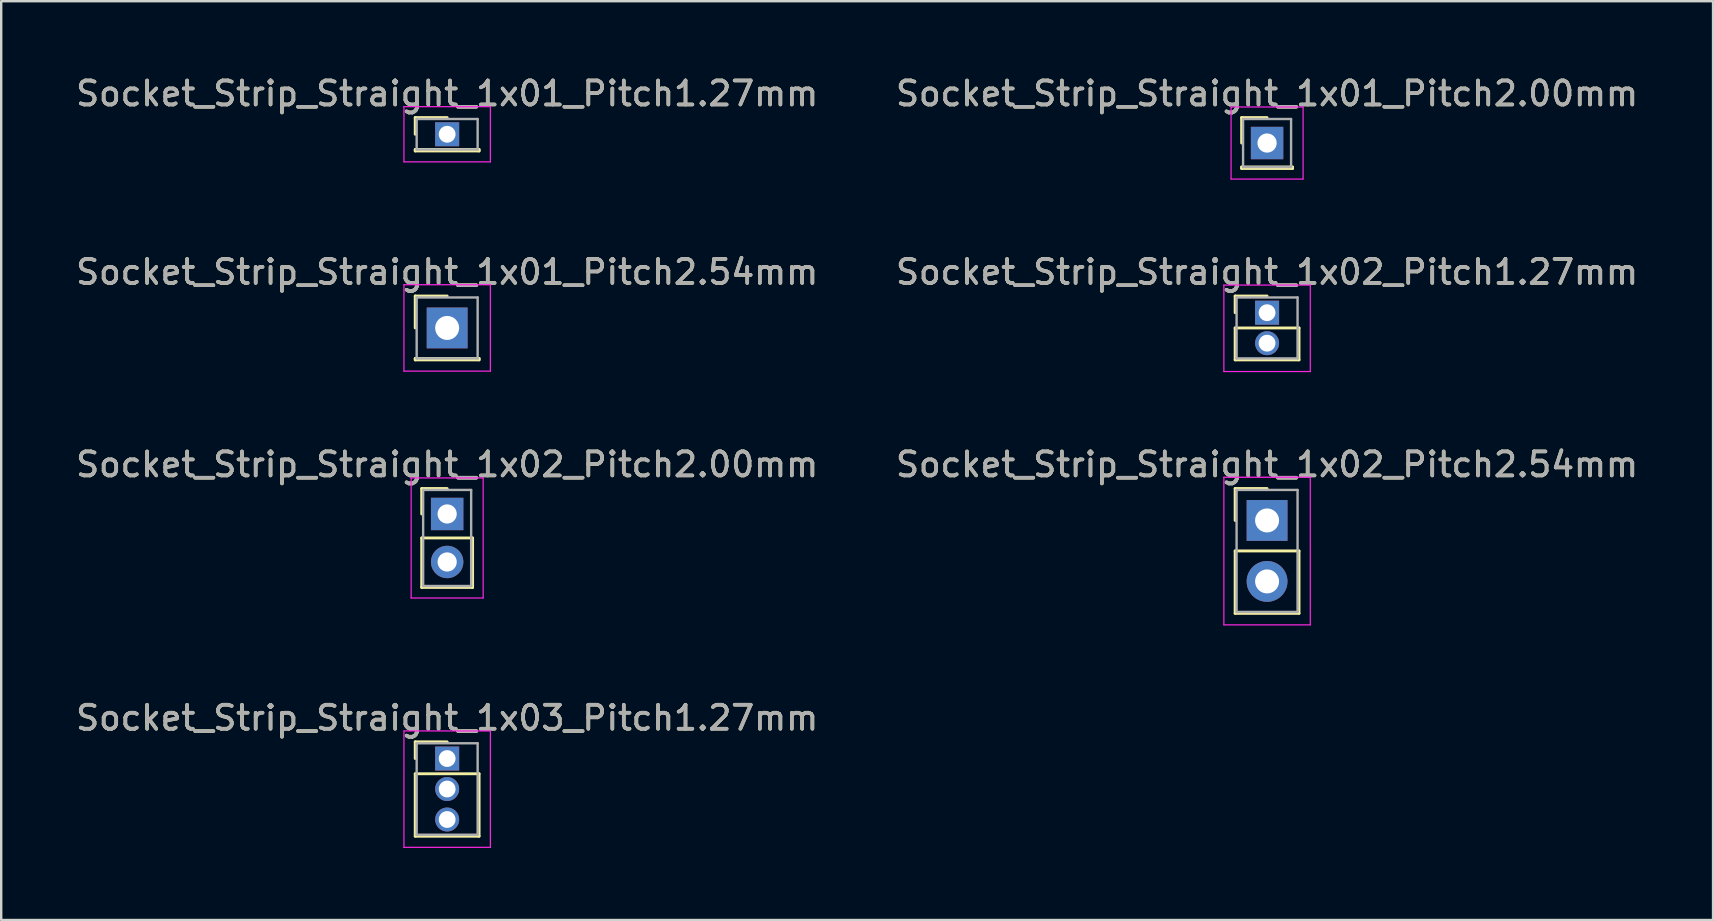
<source format=kicad_pcb>
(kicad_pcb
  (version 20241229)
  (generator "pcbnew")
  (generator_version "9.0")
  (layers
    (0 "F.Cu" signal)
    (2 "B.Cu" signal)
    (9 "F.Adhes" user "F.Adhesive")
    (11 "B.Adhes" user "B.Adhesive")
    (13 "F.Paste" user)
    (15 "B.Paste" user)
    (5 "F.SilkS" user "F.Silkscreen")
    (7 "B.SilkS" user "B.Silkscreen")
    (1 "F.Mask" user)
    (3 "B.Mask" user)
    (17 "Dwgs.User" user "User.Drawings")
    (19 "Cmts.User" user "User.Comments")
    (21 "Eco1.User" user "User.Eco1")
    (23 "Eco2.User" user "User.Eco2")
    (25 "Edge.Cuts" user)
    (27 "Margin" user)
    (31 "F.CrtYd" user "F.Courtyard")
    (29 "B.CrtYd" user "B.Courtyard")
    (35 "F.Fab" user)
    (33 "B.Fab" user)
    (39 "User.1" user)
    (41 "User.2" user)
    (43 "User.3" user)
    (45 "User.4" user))
  (footprint "Socket_Strip_Straight_1x01_Pitch2.54mm"
    (layer "F.Cu")
    (at 15.577 10.611)
    (property "Reference" "Socket_Strip_Straight_1x01_Pitch2.54mm" (at 0 -2.33 0) (layer "F.SilkS") (effects (font (size 1 1) (thickness 0.15))))
    (attr through_hole)
    (fp_line (start -1.33 -1.33) (end 0 -1.33) (stroke (width 0.12) (type solid)) (layer "F.SilkS"))
    (fp_line (start -1.33 0) (end -1.33 -1.33) (stroke (width 0.12) (type solid)) (layer "F.SilkS"))
    (fp_line (start -1.33 1.27) (end -1.33 1.33) (stroke (width 0.12) (type solid)) (layer "F.SilkS"))
    (fp_line (start -1.33 1.33) (end 1.33 1.33) (stroke (width 0.12) (type solid)) (layer "F.SilkS"))
    (fp_line (start 1.33 1.27) (end -1.33 1.27) (stroke (width 0.12) (type solid)) (layer "F.SilkS"))
    (fp_line (start 1.33 1.33) (end 1.33 1.27) (stroke (width 0.12) (type solid)) (layer "F.SilkS"))
    (fp_line (start -1.8 -1.8) (end -1.8 1.8) (stroke (width 0.05) (type solid)) (layer "F.CrtYd"))
    (fp_line (start -1.8 1.8) (end 1.8 1.8) (stroke (width 0.05) (type solid)) (layer "F.CrtYd"))
    (fp_line (start 1.8 -1.8) (end -1.8 -1.8) (stroke (width 0.05) (type solid)) (layer "F.CrtYd"))
    (fp_line (start 1.8 1.8) (end 1.8 -1.8) (stroke (width 0.05) (type solid)) (layer "F.CrtYd"))
    (fp_line (start -1.27 -1.27) (end -1.27 1.27) (stroke (width 0.1) (type solid)) (layer "F.Fab"))
    (fp_line (start -1.27 1.27) (end 1.27 1.27) (stroke (width 0.1) (type solid)) (layer "F.Fab"))
    (fp_line (start 1.27 -1.27) (end -1.27 -1.27) (stroke (width 0.1) (type solid)) (layer "F.Fab"))
    (fp_line (start 1.27 1.27) (end 1.27 -1.27) (stroke (width 0.1) (type solid)) (layer "F.Fab"))
    (fp_text user "${REFERENCE}" (at 0 -2.33 0) (layer "F.Fab") (effects (font (size 1 1) (thickness 0.15))))
    (pad "1" thru_hole rect (at 0 0) (size 1.7 1.7) (drill 1) (layers "*.Cu" "*.Mask")))
  (footprint "Socket_Strip_Straight_1x02_Pitch1.27mm"
    (layer "F.Cu")
    (at 49.732 9.976)
    (property "Reference" "Socket_Strip_Straight_1x02_Pitch1.27mm" (at 0 -1.695 0) (layer "F.SilkS") (effects (font (size 1 1) (thickness 0.15))))
    (attr through_hole)
    (fp_line (start -1.33 -0.695) (end 0 -0.695) (stroke (width 0.12) (type solid)) (layer "F.SilkS"))
    (fp_line (start -1.33 0) (end -1.33 -0.695) (stroke (width 0.12) (type solid)) (layer "F.SilkS"))
    (fp_line (start -1.33 0.635) (end -1.33 1.965) (stroke (width 0.12) (type solid)) (layer "F.SilkS"))
    (fp_line (start -1.33 1.965) (end 1.33 1.965) (stroke (width 0.12) (type solid)) (layer "F.SilkS"))
    (fp_line (start 1.33 0.635) (end -1.33 0.635) (stroke (width 0.12) (type solid)) (layer "F.SilkS"))
    (fp_line (start 1.33 1.965) (end 1.33 0.635) (stroke (width 0.12) (type solid)) (layer "F.SilkS"))
    (fp_line (start -1.8 -1.15) (end -1.8 2.45) (stroke (width 0.05) (type solid)) (layer "F.CrtYd"))
    (fp_line (start -1.8 2.45) (end 1.8 2.45) (stroke (width 0.05) (type solid)) (layer "F.CrtYd"))
    (fp_line (start 1.8 -1.15) (end -1.8 -1.15) (stroke (width 0.05) (type solid)) (layer "F.CrtYd"))
    (fp_line (start 1.8 2.45) (end 1.8 -1.15) (stroke (width 0.05) (type solid)) (layer "F.CrtYd"))
    (fp_line (start -1.27 -0.635) (end -1.27 1.905) (stroke (width 0.1) (type solid)) (layer "F.Fab"))
    (fp_line (start -1.27 1.905) (end 1.27 1.905) (stroke (width 0.1) (type solid)) (layer "F.Fab"))
    (fp_line (start 1.27 -0.635) (end -1.27 -0.635) (stroke (width 0.1) (type solid)) (layer "F.Fab"))
    (fp_line (start 1.27 1.905) (end 1.27 -0.635) (stroke (width 0.1) (type solid)) (layer "F.Fab"))
    (fp_text user "${REFERENCE}" (at 0 -1.695 0) (layer "F.Fab") (effects (font (size 1 1) (thickness 0.15))))
    (pad "1" thru_hole rect (at 0 0) (size 1 1) (drill 0.7) (layers "*.Cu" "*.Mask"))
    (pad "2" thru_hole oval (at 0 1.27) (size 1 1) (drill 0.7) (layers "*.Cu" "*.Mask")))
  (footprint "Socket_Strip_Straight_1x03_Pitch1.27mm"
    (layer "F.Cu")
    (at 15.577 28.548)
    (property "Reference" "Socket_Strip_Straight_1x03_Pitch1.27mm" (at 0 -1.695 0) (layer "F.SilkS") (effects (font (size 1 1) (thickness 0.15))))
    (attr through_hole)
    (fp_line (start -1.33 -0.695) (end 0 -0.695) (stroke (width 0.12) (type solid)) (layer "F.SilkS"))
    (fp_line (start -1.33 0) (end -1.33 -0.695) (stroke (width 0.12) (type solid)) (layer "F.SilkS"))
    (fp_line (start -1.33 0.635) (end -1.33 3.235) (stroke (width 0.12) (type solid)) (layer "F.SilkS"))
    (fp_line (start -1.33 3.235) (end 1.33 3.235) (stroke (width 0.12) (type solid)) (layer "F.SilkS"))
    (fp_line (start 1.33 0.635) (end -1.33 0.635) (stroke (width 0.12) (type solid)) (layer "F.SilkS"))
    (fp_line (start 1.33 3.235) (end 1.33 0.635) (stroke (width 0.12) (type solid)) (layer "F.SilkS"))
    (fp_line (start -1.8 -1.15) (end -1.8 3.7) (stroke (width 0.05) (type solid)) (layer "F.CrtYd"))
    (fp_line (start -1.8 3.7) (end 1.8 3.7) (stroke (width 0.05) (type solid)) (layer "F.CrtYd"))
    (fp_line (start 1.8 -1.15) (end -1.8 -1.15) (stroke (width 0.05) (type solid)) (layer "F.CrtYd"))
    (fp_line (start 1.8 3.7) (end 1.8 -1.15) (stroke (width 0.05) (type solid)) (layer "F.CrtYd"))
    (fp_line (start -1.27 -0.635) (end -1.27 3.175) (stroke (width 0.1) (type solid)) (layer "F.Fab"))
    (fp_line (start -1.27 3.175) (end 1.27 3.175) (stroke (width 0.1) (type solid)) (layer "F.Fab"))
    (fp_line (start 1.27 -0.635) (end -1.27 -0.635) (stroke (width 0.1) (type solid)) (layer "F.Fab"))
    (fp_line (start 1.27 3.175) (end 1.27 -0.635) (stroke (width 0.1) (type solid)) (layer "F.Fab"))
    (fp_text user "${REFERENCE}" (at 0 -1.695 0) (layer "F.Fab") (effects (font (size 1 1) (thickness 0.15))))
    (pad "1" thru_hole rect (at 0 0) (size 1 1) (drill 0.7) (layers "*.Cu" "*.Mask"))
    (pad "2" thru_hole oval (at 0 1.27) (size 1 1) (drill 0.7) (layers "*.Cu" "*.Mask"))
    (pad "3" thru_hole oval (at 0 2.54) (size 1 1) (drill 0.7) (layers "*.Cu" "*.Mask")))
  (footprint "Socket_Strip_Straight_1x01_Pitch2.00mm"
    (layer "F.Cu")
    (at 49.732 2.908)
    (property "Reference" "Socket_Strip_Straight_1x01_Pitch2.00mm" (at 0 -2.06 0) (layer "F.SilkS") (effects (font (size 1 1) (thickness 0.15))))
    (attr through_hole)
    (fp_line (start -1.06 -1.06) (end 0 -1.06) (stroke (width 0.12) (type solid)) (layer "F.SilkS"))
    (fp_line (start -1.06 0) (end -1.06 -1.06) (stroke (width 0.12) (type solid)) (layer "F.SilkS"))
    (fp_line (start -1.06 1) (end -1.06 1.06) (stroke (width 0.12) (type solid)) (layer "F.SilkS"))
    (fp_line (start -1.06 1.06) (end 1.06 1.06) (stroke (width 0.12) (type solid)) (layer "F.SilkS"))
    (fp_line (start 1.06 1) (end -1.06 1) (stroke (width 0.12) (type solid)) (layer "F.SilkS"))
    (fp_line (start 1.06 1.06) (end 1.06 1) (stroke (width 0.12) (type solid)) (layer "F.SilkS"))
    (fp_line (start -1.5 -1.5) (end -1.5 1.5) (stroke (width 0.05) (type solid)) (layer "F.CrtYd"))
    (fp_line (start -1.5 1.5) (end 1.5 1.5) (stroke (width 0.05) (type solid)) (layer "F.CrtYd"))
    (fp_line (start 1.5 -1.5) (end -1.5 -1.5) (stroke (width 0.05) (type solid)) (layer "F.CrtYd"))
    (fp_line (start 1.5 1.5) (end 1.5 -1.5) (stroke (width 0.05) (type solid)) (layer "F.CrtYd"))
    (fp_line (start -1 -1) (end -1 1) (stroke (width 0.1) (type solid)) (layer "F.Fab"))
    (fp_line (start -1 1) (end 1 1) (stroke (width 0.1) (type solid)) (layer "F.Fab"))
    (fp_line (start 1 -1) (end -1 -1) (stroke (width 0.1) (type solid)) (layer "F.Fab"))
    (fp_line (start 1 1) (end 1 -1) (stroke (width 0.1) (type solid)) (layer "F.Fab"))
    (fp_text user "${REFERENCE}" (at 0 -2.06 0) (layer "F.Fab") (effects (font (size 1 1) (thickness 0.15))))
    (pad "1" thru_hole rect (at 0 0) (size 1.35 1.35) (drill 0.8) (layers "*.Cu" "*.Mask")))
  (footprint "Socket_Strip_Straight_1x01_Pitch1.27mm"
    (layer "F.Cu")
    (at 15.577 2.543)
    (property "Reference" "Socket_Strip_Straight_1x01_Pitch1.27mm" (at 0 -1.695 0) (layer "F.SilkS") (effects (font (size 1 1) (thickness 0.15))))
    (attr through_hole)
    (fp_line (start -1.33 -0.695) (end 0 -0.695) (stroke (width 0.12) (type solid)) (layer "F.SilkS"))
    (fp_line (start -1.33 0) (end -1.33 -0.695) (stroke (width 0.12) (type solid)) (layer "F.SilkS"))
    (fp_line (start -1.33 0.635) (end -1.33 0.695) (stroke (width 0.12) (type solid)) (layer "F.SilkS"))
    (fp_line (start -1.33 0.695) (end 1.33 0.695) (stroke (width 0.12) (type solid)) (layer "F.SilkS"))
    (fp_line (start 1.33 0.635) (end -1.33 0.635) (stroke (width 0.12) (type solid)) (layer "F.SilkS"))
    (fp_line (start 1.33 0.695) (end 1.33 0.635) (stroke (width 0.12) (type solid)) (layer "F.SilkS"))
    (fp_line (start -1.8 -1.15) (end -1.8 1.15) (stroke (width 0.05) (type solid)) (layer "F.CrtYd"))
    (fp_line (start -1.8 1.15) (end 1.8 1.15) (stroke (width 0.05) (type solid)) (layer "F.CrtYd"))
    (fp_line (start 1.8 -1.15) (end -1.8 -1.15) (stroke (width 0.05) (type solid)) (layer "F.CrtYd"))
    (fp_line (start 1.8 1.15) (end 1.8 -1.15) (stroke (width 0.05) (type solid)) (layer "F.CrtYd"))
    (fp_line (start -1.27 -0.635) (end -1.27 0.635) (stroke (width 0.1) (type solid)) (layer "F.Fab"))
    (fp_line (start -1.27 0.635) (end 1.27 0.635) (stroke (width 0.1) (type solid)) (layer "F.Fab"))
    (fp_line (start 1.27 -0.635) (end -1.27 -0.635) (stroke (width 0.1) (type solid)) (layer "F.Fab"))
    (fp_line (start 1.27 0.635) (end 1.27 -0.635) (stroke (width 0.1) (type solid)) (layer "F.Fab"))
    (fp_text user "${REFERENCE}" (at 0 -1.695 0) (layer "F.Fab") (effects (font (size 1 1) (thickness 0.15))))
    (pad "1" thru_hole rect (at 0 0) (size 1 1) (drill 0.7) (layers "*.Cu" "*.Mask")))
  (footprint "Socket_Strip_Straight_1x02_Pitch2.54mm"
    (layer "F.Cu")
    (at 49.732 18.63)
    (property "Reference" "Socket_Strip_Straight_1x02_Pitch2.54mm" (at 0 -2.33 0) (layer "F.SilkS") (effects (font (size 1 1) (thickness 0.15))))
    (attr through_hole)
    (fp_line (start -1.33 -1.33) (end 0 -1.33) (stroke (width 0.12) (type solid)) (layer "F.SilkS"))
    (fp_line (start -1.33 0) (end -1.33 -1.33) (stroke (width 0.12) (type solid)) (layer "F.SilkS"))
    (fp_line (start -1.33 1.27) (end -1.33 3.87) (stroke (width 0.12) (type solid)) (layer "F.SilkS"))
    (fp_line (start -1.33 3.87) (end 1.33 3.87) (stroke (width 0.12) (type solid)) (layer "F.SilkS"))
    (fp_line (start 1.33 1.27) (end -1.33 1.27) (stroke (width 0.12) (type solid)) (layer "F.SilkS"))
    (fp_line (start 1.33 3.87) (end 1.33 1.27) (stroke (width 0.12) (type solid)) (layer "F.SilkS"))
    (fp_line (start -1.8 -1.8) (end -1.8 4.35) (stroke (width 0.05) (type solid)) (layer "F.CrtYd"))
    (fp_line (start -1.8 4.35) (end 1.8 4.35) (stroke (width 0.05) (type solid)) (layer "F.CrtYd"))
    (fp_line (start 1.8 -1.8) (end -1.8 -1.8) (stroke (width 0.05) (type solid)) (layer "F.CrtYd"))
    (fp_line (start 1.8 4.35) (end 1.8 -1.8) (stroke (width 0.05) (type solid)) (layer "F.CrtYd"))
    (fp_line (start -1.27 -1.27) (end -1.27 3.81) (stroke (width 0.1) (type solid)) (layer "F.Fab"))
    (fp_line (start -1.27 3.81) (end 1.27 3.81) (stroke (width 0.1) (type solid)) (layer "F.Fab"))
    (fp_line (start 1.27 -1.27) (end -1.27 -1.27) (stroke (width 0.1) (type solid)) (layer "F.Fab"))
    (fp_line (start 1.27 3.81) (end 1.27 -1.27) (stroke (width 0.1) (type solid)) (layer "F.Fab"))
    (fp_text user "${REFERENCE}" (at 0 -2.33 0) (layer "F.Fab") (effects (font (size 1 1) (thickness 0.15))))
    (pad "1" thru_hole rect (at 0 0) (size 1.7 1.7) (drill 1) (layers "*.Cu" "*.Mask"))
    (pad "2" thru_hole oval (at 0 2.54) (size 1.7 1.7) (drill 1) (layers "*.Cu" "*.Mask")))
  (footprint "Socket_Strip_Straight_1x02_Pitch2.00mm"
    (layer "F.Cu")
    (at 15.577 18.36)
    (property "Reference" "Socket_Strip_Straight_1x02_Pitch2.00mm" (at 0 -2.06 0) (layer "F.SilkS") (effects (font (size 1 1) (thickness 0.15))))
    (attr through_hole)
    (fp_line (start -1.06 -1.06) (end 0 -1.06) (stroke (width 0.12) (type solid)) (layer "F.SilkS"))
    (fp_line (start -1.06 0) (end -1.06 -1.06) (stroke (width 0.12) (type solid)) (layer "F.SilkS"))
    (fp_line (start -1.06 1) (end -1.06 3.06) (stroke (width 0.12) (type solid)) (layer "F.SilkS"))
    (fp_line (start -1.06 3.06) (end 1.06 3.06) (stroke (width 0.12) (type solid)) (layer "F.SilkS"))
    (fp_line (start 1.06 1) (end -1.06 1) (stroke (width 0.12) (type solid)) (layer "F.SilkS"))
    (fp_line (start 1.06 3.06) (end 1.06 1) (stroke (width 0.12) (type solid)) (layer "F.SilkS"))
    (fp_line (start -1.5 -1.5) (end -1.5 3.5) (stroke (width 0.05) (type solid)) (layer "F.CrtYd"))
    (fp_line (start -1.5 3.5) (end 1.5 3.5) (stroke (width 0.05) (type solid)) (layer "F.CrtYd"))
    (fp_line (start 1.5 -1.5) (end -1.5 -1.5) (stroke (width 0.05) (type solid)) (layer "F.CrtYd"))
    (fp_line (start 1.5 3.5) (end 1.5 -1.5) (stroke (width 0.05) (type solid)) (layer "F.CrtYd"))
    (fp_line (start -1 -1) (end -1 3) (stroke (width 0.1) (type solid)) (layer "F.Fab"))
    (fp_line (start -1 3) (end 1 3) (stroke (width 0.1) (type solid)) (layer "F.Fab"))
    (fp_line (start 1 -1) (end -1 -1) (stroke (width 0.1) (type solid)) (layer "F.Fab"))
    (fp_line (start 1 3) (end 1 -1) (stroke (width 0.1) (type solid)) (layer "F.Fab"))
    (fp_text user "${REFERENCE}" (at 0 -2.06 0) (layer "F.Fab") (effects (font (size 1 1) (thickness 0.15))))
    (pad "1" thru_hole rect (at 0 0) (size 1.35 1.35) (drill 0.8) (layers "*.Cu" "*.Mask"))
    (pad "2" thru_hole oval (at 0 2) (size 1.35 1.35) (drill 0.8) (layers "*.Cu" "*.Mask")))
  (gr_rect
    (start -3 -3)
    (end 68.31 35.273)
    (stroke (width 0.1) (type default))
    (fill no)
    (layer "Edge.Cuts")))
</source>
